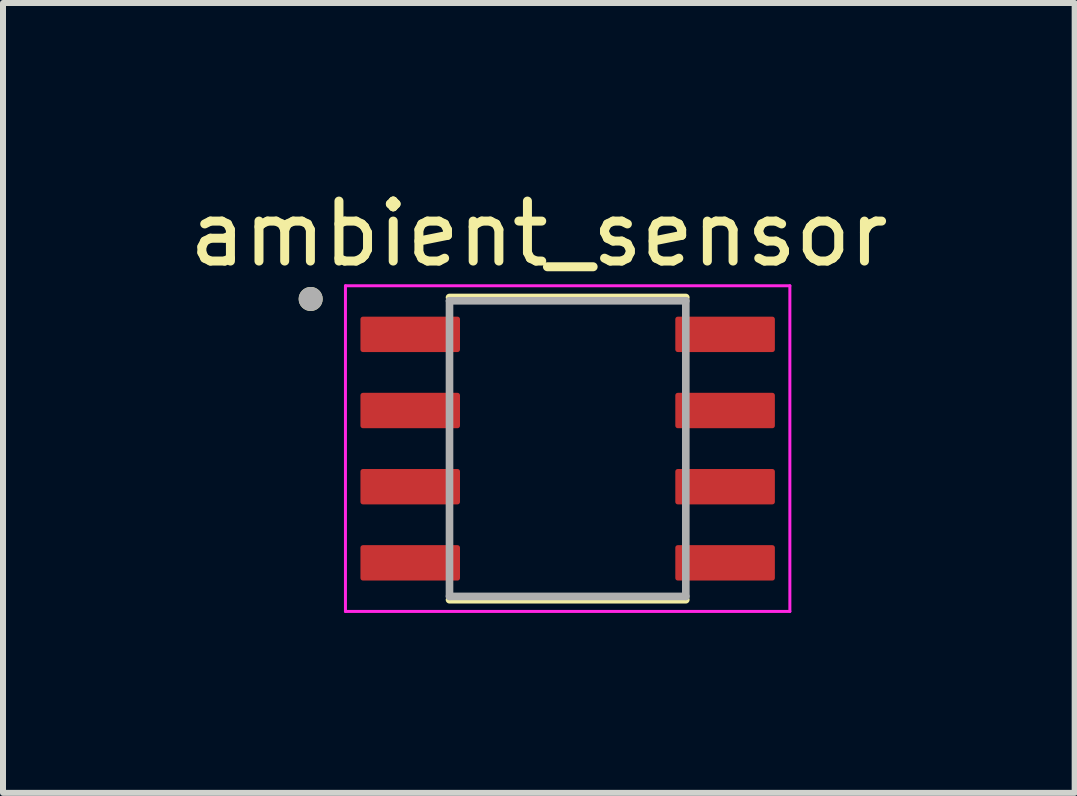
<source format=kicad_pcb>
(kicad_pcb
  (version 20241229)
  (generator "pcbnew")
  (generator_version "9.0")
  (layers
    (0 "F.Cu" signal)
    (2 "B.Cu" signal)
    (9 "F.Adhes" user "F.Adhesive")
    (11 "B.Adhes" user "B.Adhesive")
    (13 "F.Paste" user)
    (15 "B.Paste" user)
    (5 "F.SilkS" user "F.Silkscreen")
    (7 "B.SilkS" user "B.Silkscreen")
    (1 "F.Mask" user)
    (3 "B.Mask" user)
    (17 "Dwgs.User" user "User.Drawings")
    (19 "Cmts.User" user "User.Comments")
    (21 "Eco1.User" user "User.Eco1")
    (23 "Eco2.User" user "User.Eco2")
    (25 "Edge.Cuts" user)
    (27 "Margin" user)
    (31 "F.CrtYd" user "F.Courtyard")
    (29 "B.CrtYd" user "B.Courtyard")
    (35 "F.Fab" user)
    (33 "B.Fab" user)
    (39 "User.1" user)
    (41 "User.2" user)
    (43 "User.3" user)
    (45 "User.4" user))
  (footprint "ambient_sensor"
    (layer "F.Cu")
    (at 6.415 4.43)
    (property "Reference" "ambient_sensor" (at -0.48 -3.582 0) (layer "F.SilkS") (effects (font (size 1 1) (thickness 0.15))))
    (attr smd)
    (fp_line (start -1.97 -2.52) (end 1.97 -2.52) (stroke (width 0.127) (type solid)) (layer "F.SilkS"))
    (fp_line (start -1.97 2.52) (end 1.97 2.52) (stroke (width 0.127) (type solid)) (layer "F.SilkS"))
    (fp_circle (center -4.285 -2.495) (end -4.185 -2.495) (stroke (width 0.2) (type solid)) (fill no) (layer "F.SilkS"))
    (fp_line (start -3.705 -2.715) (end -3.705 2.715) (stroke (width 0.05) (type solid)) (layer "F.CrtYd"))
    (fp_line (start -3.705 -2.715) (end 3.705 -2.715) (stroke (width 0.05) (type solid)) (layer "F.CrtYd"))
    (fp_line (start -3.705 2.715) (end 3.705 2.715) (stroke (width 0.05) (type solid)) (layer "F.CrtYd"))
    (fp_line (start 3.705 -2.715) (end 3.705 2.715) (stroke (width 0.05) (type solid)) (layer "F.CrtYd"))
    (fp_line (start -1.97 -2.465) (end -1.97 2.465) (stroke (width 0.127) (type solid)) (layer "F.Fab"))
    (fp_line (start -1.97 -2.465) (end 1.97 -2.465) (stroke (width 0.127) (type solid)) (layer "F.Fab"))
    (fp_line (start -1.97 2.465) (end 1.97 2.465) (stroke (width 0.127) (type solid)) (layer "F.Fab"))
    (fp_line (start 1.97 -2.465) (end 1.97 2.465) (stroke (width 0.127) (type solid)) (layer "F.Fab"))
    (fp_circle (center -4.285 -2.495) (end -4.185 -2.495) (stroke (width 0.2) (type solid)) (fill no) (layer "F.Fab"))
    (pad "1" smd roundrect (at -2.625 -1.905) (size 1.66 0.59) (layers "F.Cu" "F.Mask" "F.Paste") (roundrect_rratio 0.07))
    (pad "2" smd roundrect (at -2.625 -0.635) (size 1.66 0.59) (layers "F.Cu" "F.Mask" "F.Paste") (roundrect_rratio 0.07))
    (pad "3" smd roundrect (at -2.625 0.635) (size 1.66 0.59) (layers "F.Cu" "F.Mask" "F.Paste") (roundrect_rratio 0.07))
    (pad "4" smd roundrect (at -2.625 1.905) (size 1.66 0.59) (layers "F.Cu" "F.Mask" "F.Paste") (roundrect_rratio 0.07))
    (pad "5" smd roundrect (at 2.625 1.905) (size 1.66 0.59) (layers "F.Cu" "F.Mask" "F.Paste") (roundrect_rratio 0.07))
    (pad "6" smd roundrect (at 2.625 0.635) (size 1.66 0.59) (layers "F.Cu" "F.Mask" "F.Paste") (roundrect_rratio 0.07))
    (pad "7" smd roundrect (at 2.625 -0.635) (size 1.66 0.59) (layers "F.Cu" "F.Mask" "F.Paste") (roundrect_rratio 0.07))
    (pad "8" smd roundrect (at 2.625 -1.905) (size 1.66 0.59) (layers "F.Cu" "F.Mask" "F.Paste") (roundrect_rratio 0.07)))
  (gr_rect
    (start -3 -3)
    (end 14.869 10.17)
    (stroke (width 0.1) (type default))
    (fill no)
    (layer "Edge.Cuts")))
</source>
